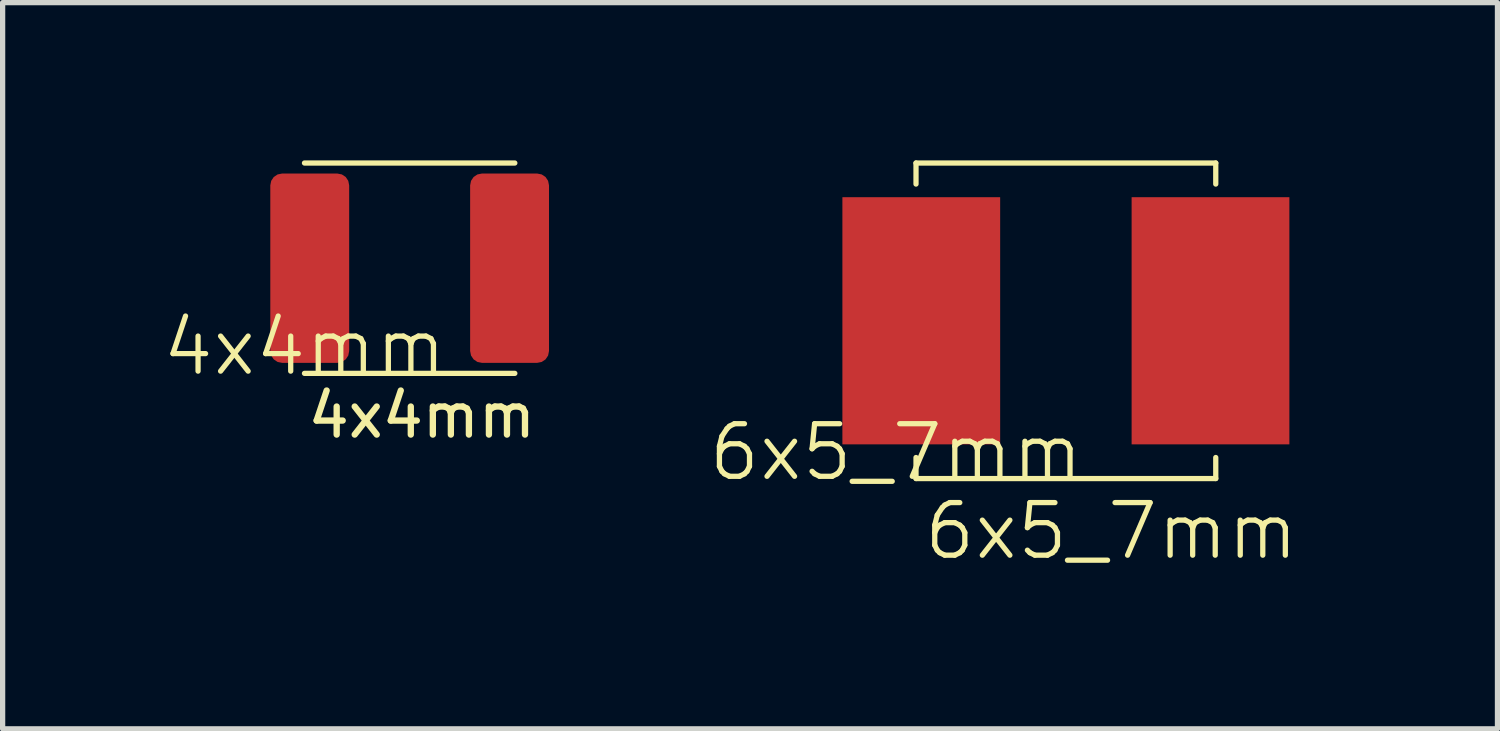
<source format=kicad_pcb>
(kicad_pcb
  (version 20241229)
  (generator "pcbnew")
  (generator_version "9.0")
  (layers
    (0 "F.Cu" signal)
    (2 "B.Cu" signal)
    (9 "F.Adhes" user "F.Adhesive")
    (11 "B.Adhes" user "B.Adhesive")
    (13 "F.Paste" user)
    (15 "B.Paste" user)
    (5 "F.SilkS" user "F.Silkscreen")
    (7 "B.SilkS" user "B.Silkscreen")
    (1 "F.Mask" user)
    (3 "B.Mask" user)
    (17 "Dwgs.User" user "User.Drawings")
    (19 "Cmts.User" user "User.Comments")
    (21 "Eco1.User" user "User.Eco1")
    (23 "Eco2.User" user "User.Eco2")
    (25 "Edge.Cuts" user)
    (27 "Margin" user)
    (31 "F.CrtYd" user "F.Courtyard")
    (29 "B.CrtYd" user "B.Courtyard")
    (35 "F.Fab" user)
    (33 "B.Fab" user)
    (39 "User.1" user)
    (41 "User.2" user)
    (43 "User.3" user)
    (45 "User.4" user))
  (footprint "4x4mm"
    (layer "F.Cu")
    (at 2.74 4.05)
    (property "Reference" "4x4mm" (at 0 -0.5 0) (unlocked yes) (layer "F.SilkS") (effects (font (size 1 1) (thickness 0.1))))
    (attr smd)
    (fp_line (start 0 0) (end 4 0) (stroke (width 0.1) (type default)) (layer "F.SilkS"))
    (fp_line (start 4 -4) (end 0 -4) (stroke (width 0.1) (type default)) (layer "F.SilkS"))
    (fp_text user "${REFERENCE}" (at 0 0.8 0) (unlocked yes) (layer "F.SilkS") (effects (font (size 0.8 0.8) (thickness 0.12)) (justify left)))
    (pad "1" smd roundrect (at 0.1 -2) (size 1.5 3.6) (layers "F.Cu" "F.Mask" "F.Paste") (roundrect_rratio 0.15))
    (pad "2" smd roundrect (at 3.9 -2) (size 1.5 3.6) (layers "F.Cu" "F.Mask" "F.Paste") (roundrect_rratio 0.15)))
  (footprint "6x5_7mm "
    (layer "F.Cu")
    (at 14.369 6.05)
    (property "Reference" "6x5_7mm " (at 0 -0.5 0) (unlocked yes) (layer "F.SilkS") (effects (font (size 1 1) (thickness 0.1))))
    (attr smd)
    (fp_line (start 0 -6) (end 5.7 -6) (stroke (width 0.1) (type default)) (layer "F.SilkS"))
    (fp_line (start 0 -5.6) (end 0 -6) (stroke (width 0.1) (type default)) (layer "F.SilkS"))
    (fp_line (start 0 0) (end 0 -0.4) (stroke (width 0.1) (type default)) (layer "F.SilkS"))
    (fp_line (start 5.7 -5.6) (end 5.7 -6) (stroke (width 0.1) (type default)) (layer "F.SilkS"))
    (fp_line (start 5.7 -0.4) (end 5.7 0) (stroke (width 0.1) (type default)) (layer "F.SilkS"))
    (fp_line (start 5.7 0) (end 0 0) (stroke (width 0.1) (type default)) (layer "F.SilkS"))
    (fp_text user "${REFERENCE}" (at 0.1 1 0) (unlocked yes) (layer "F.SilkS") (effects (font (size 1 1) (thickness 0.1)) (justify left)))
    (pad "1" smd rect (at 0.1 -3) (size 3 4.7) (layers "F.Cu" "F.Mask" "F.Paste"))
    (pad "2" smd rect (at 5.6 -3) (size 3 4.7) (layers "F.Cu" "F.Mask" "F.Paste"))
    (zone (net_name "") (layers "F.Cu" "B.Cu") (name "Copper Keep Out") (hatch full 0.5) (connect_pads) (min_thickness 0.25) (filled_areas_thickness no) (keepout (tracks not_allowed) (vias not_allowed) (pads not_allowed) (copperpour not_allowed) (footprints not_allowed)) (placement (enabled no)) (fill) (polygon (pts (xy 16.169 6.05) (xy 16.169 0.05) (xy 18.269 0.05) (xy 18.269 6.05)))))
  (gr_rect
    (start -3 -3)
    (end 25.426 10.81)
    (stroke (width 0.1) (type default))
    (fill no)
    (layer "Edge.Cuts")))
</source>
